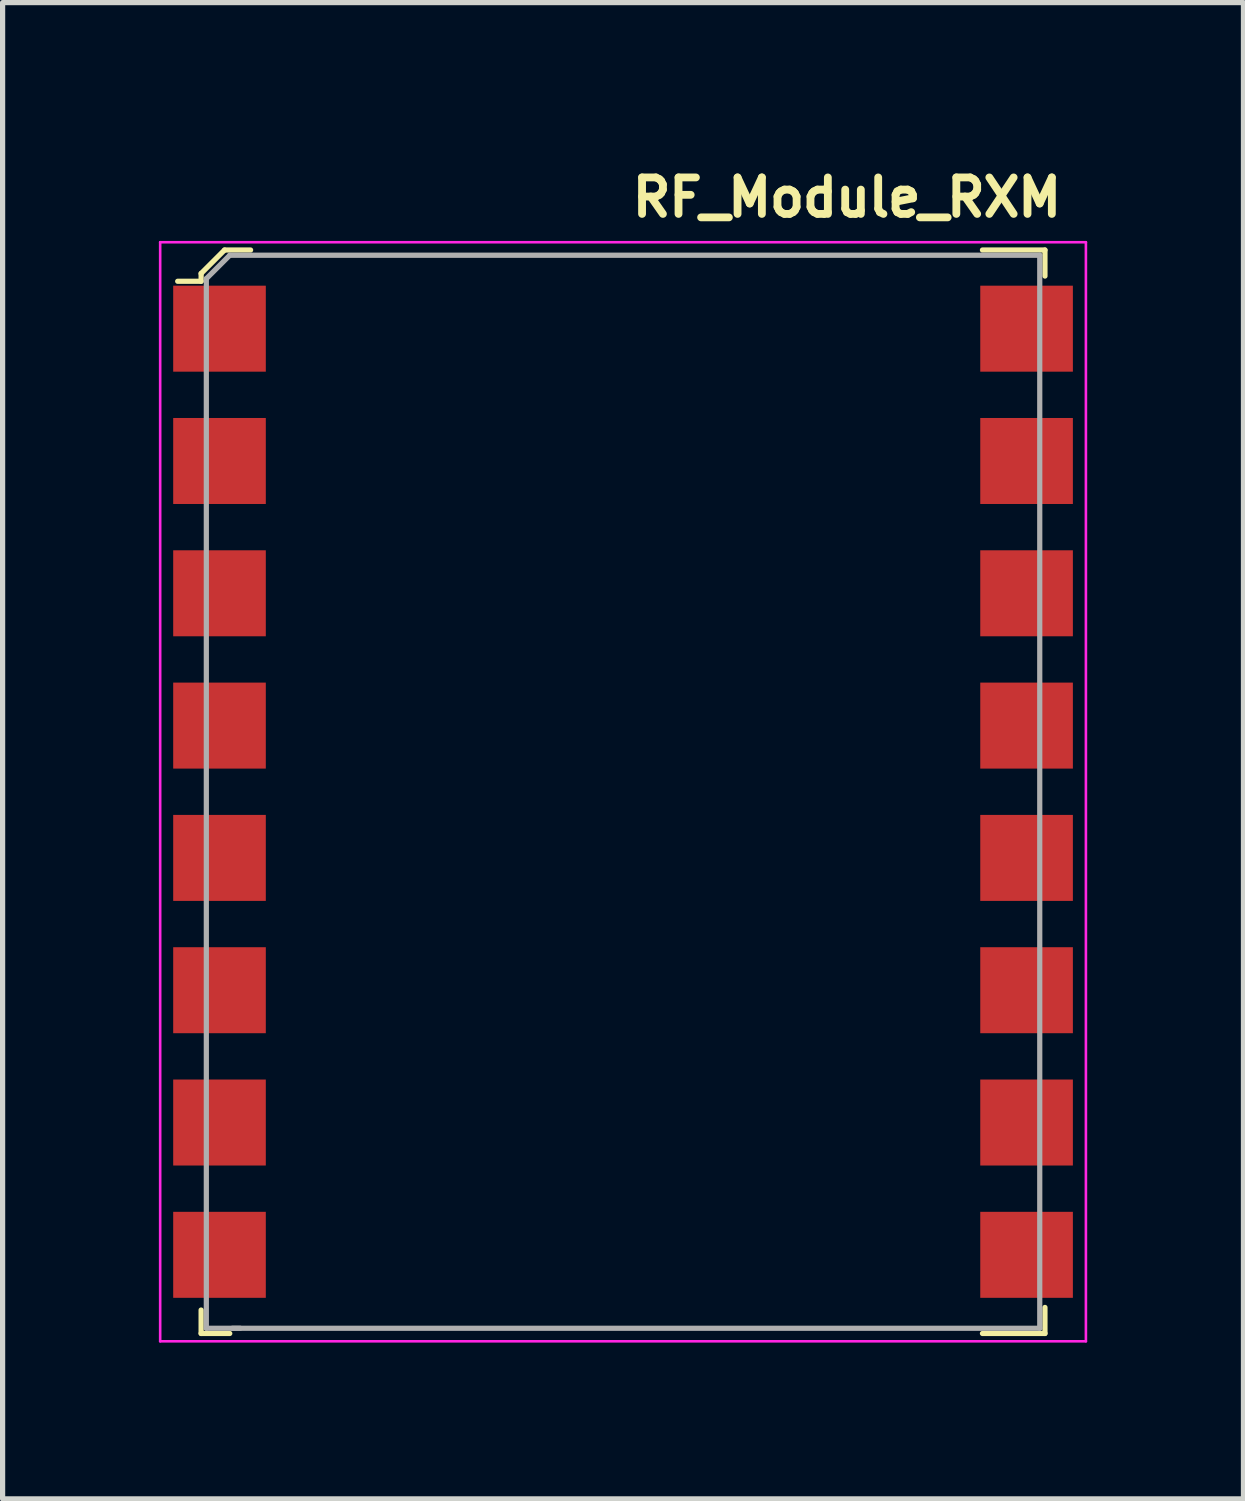
<source format=kicad_pcb>
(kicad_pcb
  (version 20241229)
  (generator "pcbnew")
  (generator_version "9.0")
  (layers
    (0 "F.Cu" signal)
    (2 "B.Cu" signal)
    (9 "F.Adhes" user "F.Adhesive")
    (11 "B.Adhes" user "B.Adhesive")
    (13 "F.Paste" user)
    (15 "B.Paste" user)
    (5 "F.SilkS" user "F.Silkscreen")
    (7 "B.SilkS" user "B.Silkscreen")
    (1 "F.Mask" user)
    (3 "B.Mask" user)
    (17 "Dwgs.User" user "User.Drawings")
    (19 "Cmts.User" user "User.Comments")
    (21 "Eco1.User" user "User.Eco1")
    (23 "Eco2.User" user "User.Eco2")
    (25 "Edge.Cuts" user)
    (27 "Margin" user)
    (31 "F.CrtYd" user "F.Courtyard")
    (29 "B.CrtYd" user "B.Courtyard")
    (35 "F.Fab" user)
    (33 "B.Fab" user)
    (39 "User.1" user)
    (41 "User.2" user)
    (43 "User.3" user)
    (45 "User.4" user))
  (footprint "RF_Module_RXM"
    (layer "F.Cu")
    (at 8.911 12.15)
    (property "Reference" "RF_Module_RXM" (at 0.1 -11 0) (layer "F.SilkS") (effects (font (size 0.7 0.7) (thickness 0.15)) (justify left bottom)))
    (attr smd)
    (fp_line (start -8.1 -9.95) (end -8.1 -9.8) (stroke (width 0.1) (type solid)) (layer "F.SilkS"))
    (fp_line (start -8.1 -9.8) (end -8.55 -9.8) (stroke (width 0.1) (type solid)) (layer "F.SilkS"))
    (fp_line (start -8.1 9.95) (end -8.1 10.4) (stroke (width 0.1) (type solid)) (layer "F.SilkS"))
    (fp_line (start -8.1 10.4) (end -7.55 10.4) (stroke (width 0.1) (type solid)) (layer "F.SilkS"))
    (fp_line (start -7.65 -10.4) (end -8.1 -9.95) (stroke (width 0.1) (type solid)) (layer "F.SilkS"))
    (fp_line (start -7.15 -10.4) (end -7.65 -10.4) (stroke (width 0.1) (type solid)) (layer "F.SilkS"))
    (fp_line (start 8.1 -10.4) (end 6.9 -10.4) (stroke (width 0.1) (type solid)) (layer "F.SilkS"))
    (fp_line (start 8.1 -9.9) (end 8.1 -10.4) (stroke (width 0.1) (type solid)) (layer "F.SilkS"))
    (fp_line (start 8.1 9.9) (end 8.1 10.4) (stroke (width 0.1) (type solid)) (layer "F.SilkS"))
    (fp_line (start 8.1 10.4) (end 6.9 10.4) (stroke (width 0.1) (type solid)) (layer "F.SilkS"))
    (fp_line (start -8.886 -10.55) (end -8.886 10.55) (stroke (width 0.05) (type solid)) (layer "F.CrtYd"))
    (fp_line (start -8.886 10.55) (end 8.886 10.55) (stroke (width 0.05) (type solid)) (layer "F.CrtYd"))
    (fp_line (start 8.886 -10.55) (end -8.886 -10.55) (stroke (width 0.05) (type solid)) (layer "F.CrtYd"))
    (fp_line (start 8.886 10.55) (end 8.886 -10.55) (stroke (width 0.05) (type solid)) (layer "F.CrtYd"))
    (fp_line (start -8 -9.85) (end -8 10.3) (stroke (width 0.1) (type solid)) (layer "F.Fab"))
    (fp_line (start -8 -9.85) (end -7.55 -10.3) (stroke (width 0.1) (type solid)) (layer "F.Fab"))
    (fp_line (start -8 10.3) (end -7.35 10.3) (stroke (width 0.1) (type solid)) (layer "F.Fab"))
    (fp_line (start -7.55 -10.3) (end 8 -10.3) (stroke (width 0.1) (type solid)) (layer "F.Fab"))
    (fp_line (start -7.5 10.3) (end 8 10.3) (stroke (width 0.1) (type solid)) (layer "F.Fab"))
    (fp_line (start 8 10.3) (end 8 -10.3) (stroke (width 0.1) (type solid)) (layer "F.Fab"))
    (pad "1" smd rect (at -7.747 -8.89 90) (size 1.651 1.778) (layers "F.Cu" "F.Mask" "F.Paste"))
    (pad "2" smd rect (at -7.747 -6.35 90) (size 1.651 1.778) (layers "F.Cu" "F.Mask" "F.Paste"))
    (pad "3" smd rect (at -7.747 -3.81 90) (size 1.651 1.778) (layers "F.Cu" "F.Mask" "F.Paste"))
    (pad "4" smd rect (at -7.747 -1.27 90) (size 1.651 1.778) (layers "F.Cu" "F.Mask" "F.Paste"))
    (pad "5" smd rect (at -7.747 1.27 90) (size 1.651 1.778) (layers "F.Cu" "F.Mask" "F.Paste"))
    (pad "6" smd rect (at -7.747 3.81 90) (size 1.651 1.778) (layers "F.Cu" "F.Mask" "F.Paste"))
    (pad "7" smd rect (at -7.747 6.35 90) (size 1.651 1.778) (layers "F.Cu" "F.Mask" "F.Paste"))
    (pad "8" smd rect (at -7.747 8.89 90) (size 1.651 1.778) (layers "F.Cu" "F.Mask" "F.Paste"))
    (pad "9" smd rect (at 7.747 8.89 90) (size 1.651 1.778) (layers "F.Cu" "F.Mask" "F.Paste"))
    (pad "10" smd rect (at 7.747 6.35 90) (size 1.651 1.778) (layers "F.Cu" "F.Mask" "F.Paste"))
    (pad "11" smd rect (at 7.747 3.81 90) (size 1.651 1.778) (layers "F.Cu" "F.Mask" "F.Paste"))
    (pad "12" smd rect (at 7.747 1.27 90) (size 1.651 1.778) (layers "F.Cu" "F.Mask" "F.Paste"))
    (pad "13" smd rect (at 7.747 -1.27 90) (size 1.651 1.778) (layers "F.Cu" "F.Mask" "F.Paste"))
    (pad "14" smd rect (at 7.747 -3.81 90) (size 1.651 1.778) (layers "F.Cu" "F.Mask" "F.Paste"))
    (pad "15" smd rect (at 7.747 -6.35 90) (size 1.651 1.778) (layers "F.Cu" "F.Mask" "F.Paste"))
    (pad "16" smd rect (at 7.747 -8.89 90) (size 1.651 1.778) (layers "F.Cu" "F.Mask" "F.Paste")))
  (gr_rect
    (start -3 -3)
    (end 20.822 25.725)
    (stroke (width 0.1) (type default))
    (fill no)
    (layer "Edge.Cuts")))
</source>
